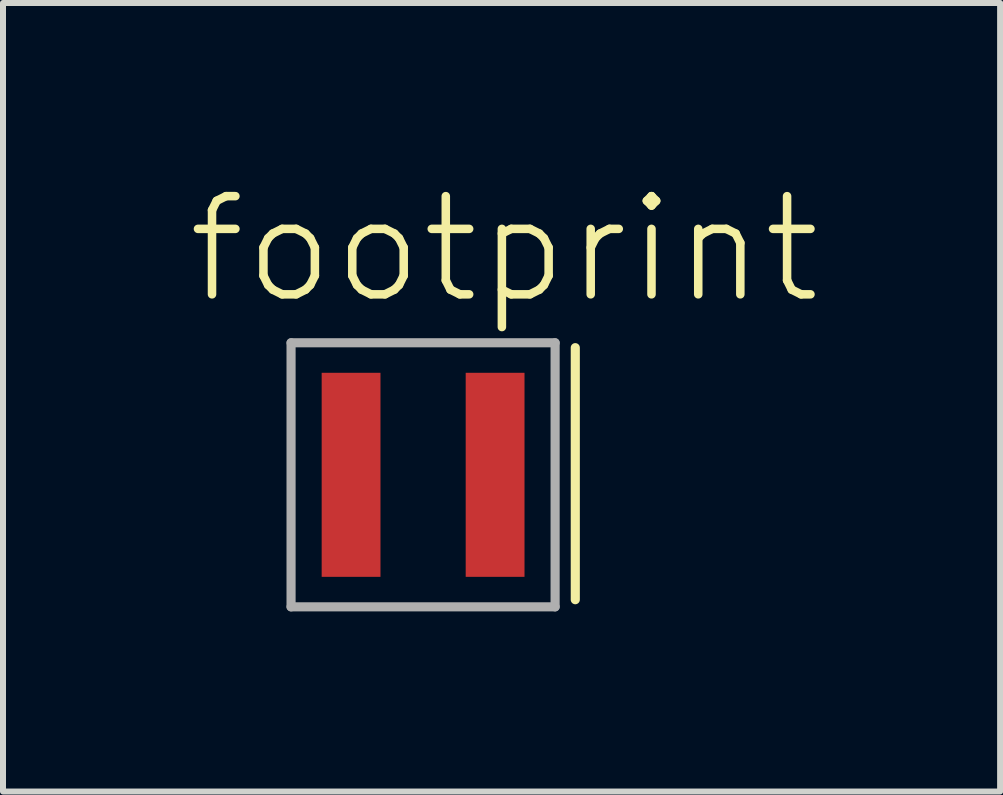
<source format=kicad_pcb>
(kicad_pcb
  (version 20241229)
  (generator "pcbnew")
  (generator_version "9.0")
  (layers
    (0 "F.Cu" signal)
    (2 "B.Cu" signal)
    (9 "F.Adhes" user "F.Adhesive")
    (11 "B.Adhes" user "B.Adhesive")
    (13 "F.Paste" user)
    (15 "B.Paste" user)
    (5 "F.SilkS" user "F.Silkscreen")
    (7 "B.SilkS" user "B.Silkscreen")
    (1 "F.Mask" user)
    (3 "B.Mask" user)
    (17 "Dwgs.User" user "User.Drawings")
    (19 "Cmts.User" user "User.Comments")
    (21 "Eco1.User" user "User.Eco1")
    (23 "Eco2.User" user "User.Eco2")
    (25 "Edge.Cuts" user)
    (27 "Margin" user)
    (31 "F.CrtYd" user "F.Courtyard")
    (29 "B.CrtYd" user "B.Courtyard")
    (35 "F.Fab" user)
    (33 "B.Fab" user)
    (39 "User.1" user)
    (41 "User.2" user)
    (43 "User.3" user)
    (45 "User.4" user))
  (footprint "footprint"
    (layer "F.Cu")
    (at 1.8 6.662)
    (property "Reference" "footprint" (at -1.8 -4.6 0) (layer "F.SilkS") (effects (font (size 1.636 1.636) (thickness 0.142)) (justify left bottom)))
    (fp_line (start 4.736 0.281) (end 4.736 -3.919) (stroke (width 0.152) (type solid)) (layer "F.SilkS"))
    (fp_line (start 0 -4) (end 4.4 -4) (stroke (width 0.152) (type solid)) (layer "F.Fab"))
    (fp_line (start 0 0.4) (end 0 -4) (stroke (width 0.152) (type solid)) (layer "F.Fab"))
    (fp_line (start 4.4 -4) (end 4.4 0.4) (stroke (width 0.152) (type solid)) (layer "F.Fab"))
    (fp_line (start 4.4 0.4) (end 0 0.4) (stroke (width 0.152) (type solid)) (layer "F.Fab"))
    (pad "P$1" smd rect (at 1 -1.8 90) (size 3.4 0.98) (layers "F.Cu" "F.Mask" "F.Paste"))
    (pad "P$2" smd rect (at 3.4 -1.8 90) (size 3.4 0.98) (layers "F.Cu" "F.Mask" "F.Paste")))
  (gr_rect
    (start -3 -3)
    (end 13.615 10.139)
    (stroke (width 0.1) (type default))
    (fill no)
    (layer "Edge.Cuts")))
</source>
